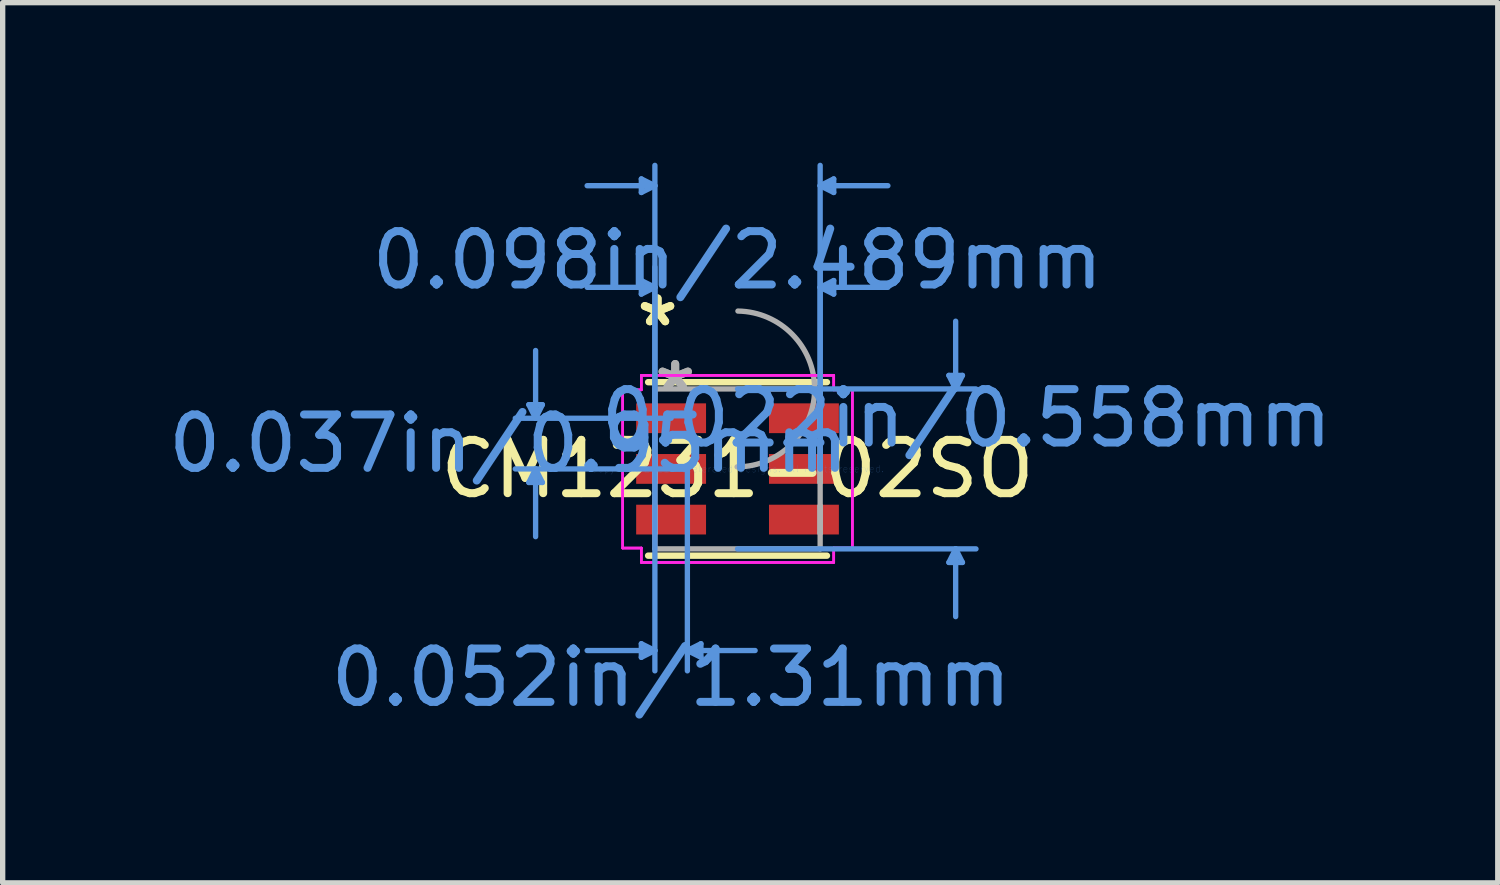
<source format=kicad_pcb>
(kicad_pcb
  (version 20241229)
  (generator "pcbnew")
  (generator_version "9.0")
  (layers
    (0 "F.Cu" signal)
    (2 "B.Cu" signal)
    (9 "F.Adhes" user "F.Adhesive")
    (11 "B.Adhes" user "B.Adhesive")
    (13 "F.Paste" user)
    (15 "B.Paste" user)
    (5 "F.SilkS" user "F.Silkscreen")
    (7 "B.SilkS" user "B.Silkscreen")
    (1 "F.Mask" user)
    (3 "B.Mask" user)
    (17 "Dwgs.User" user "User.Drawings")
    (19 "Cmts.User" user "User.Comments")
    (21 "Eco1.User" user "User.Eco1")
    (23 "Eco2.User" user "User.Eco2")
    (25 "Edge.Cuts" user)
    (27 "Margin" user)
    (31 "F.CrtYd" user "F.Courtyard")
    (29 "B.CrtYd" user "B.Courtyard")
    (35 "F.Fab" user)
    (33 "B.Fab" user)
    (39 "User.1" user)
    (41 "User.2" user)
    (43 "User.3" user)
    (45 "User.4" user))
  (footprint "CM1231-02SO"
    (layer "F.Cu")
    (at 10.775 5.74)
    (property "Reference" "CM1231-02SO" (at 0 0 0) (layer "F.SilkS") (effects (font (size 1 1) (thickness 0.15))))
    (attr through_hole)
    (fp_line (start -1.676 1.626) (end 1.676 1.626) (stroke (width 0.12) (type solid)) (layer "F.SilkS"))
    (fp_line (start 1.676 -1.626) (end -1.676 -1.626) (stroke (width 0.12) (type solid)) (layer "F.SilkS"))
    (fp_line (start -3.912 -1.204) (end -3.658 -1.204) (stroke (width 0.1) (type solid)) (layer "Cmts.User"))
    (fp_line (start -3.912 0.254) (end -3.658 0.254) (stroke (width 0.1) (type solid)) (layer "Cmts.User"))
    (fp_line (start -3.785 -0.95) (end -3.912 -1.204) (stroke (width 0.1) (type solid)) (layer "Cmts.User"))
    (fp_line (start -3.785 -0.95) (end -3.785 -2.22) (stroke (width 0.1) (type solid)) (layer "Cmts.User"))
    (fp_line (start -3.785 -0.95) (end -3.658 -1.204) (stroke (width 0.1) (type solid)) (layer "Cmts.User"))
    (fp_line (start -3.785 0) (end -3.912 0.254) (stroke (width 0.1) (type solid)) (layer "Cmts.User"))
    (fp_line (start -3.785 0) (end -3.785 1.27) (stroke (width 0.1) (type solid)) (layer "Cmts.User"))
    (fp_line (start -3.785 0) (end -3.658 0.254) (stroke (width 0.1) (type solid)) (layer "Cmts.User"))
    (fp_line (start -1.803 -5.436) (end -1.803 -5.182) (stroke (width 0.1) (type solid)) (layer "Cmts.User"))
    (fp_line (start -1.803 -3.531) (end -1.803 -3.277) (stroke (width 0.1) (type solid)) (layer "Cmts.User"))
    (fp_line (start -1.803 3.277) (end -1.803 3.531) (stroke (width 0.1) (type solid)) (layer "Cmts.User"))
    (fp_line (start -1.549 -5.309) (end -2.819 -5.309) (stroke (width 0.1) (type solid)) (layer "Cmts.User"))
    (fp_line (start -1.549 -5.309) (end -1.803 -5.436) (stroke (width 0.1) (type solid)) (layer "Cmts.User"))
    (fp_line (start -1.549 -5.309) (end -1.803 -5.182) (stroke (width 0.1) (type solid)) (layer "Cmts.User"))
    (fp_line (start -1.549 -3.404) (end -2.819 -3.404) (stroke (width 0.1) (type solid)) (layer "Cmts.User"))
    (fp_line (start -1.549 -3.404) (end -1.803 -3.531) (stroke (width 0.1) (type solid)) (layer "Cmts.User"))
    (fp_line (start -1.549 -3.404) (end -1.803 -3.277) (stroke (width 0.1) (type solid)) (layer "Cmts.User"))
    (fp_line (start -1.549 0) (end -1.549 -5.69) (stroke (width 0.1) (type solid)) (layer "Cmts.User"))
    (fp_line (start -1.549 0) (end -1.549 -3.785) (stroke (width 0.1) (type solid)) (layer "Cmts.User"))
    (fp_line (start -1.549 0) (end -1.549 3.785) (stroke (width 0.1) (type solid)) (layer "Cmts.User"))
    (fp_line (start -1.549 3.404) (end -2.819 3.404) (stroke (width 0.1) (type solid)) (layer "Cmts.User"))
    (fp_line (start -1.549 3.404) (end -1.803 3.277) (stroke (width 0.1) (type solid)) (layer "Cmts.User"))
    (fp_line (start -1.549 3.404) (end -1.803 3.531) (stroke (width 0.1) (type solid)) (layer "Cmts.User"))
    (fp_line (start -1.245 -0.95) (end -4.166 -0.95) (stroke (width 0.1) (type solid)) (layer "Cmts.User"))
    (fp_line (start -1.245 0) (end -4.166 0) (stroke (width 0.1) (type solid)) (layer "Cmts.User"))
    (fp_line (start -0.94 0) (end -0.94 3.785) (stroke (width 0.1) (type solid)) (layer "Cmts.User"))
    (fp_line (start -0.94 3.404) (end -0.686 3.277) (stroke (width 0.1) (type solid)) (layer "Cmts.User"))
    (fp_line (start -0.94 3.404) (end -0.686 3.531) (stroke (width 0.1) (type solid)) (layer "Cmts.User"))
    (fp_line (start -0.94 3.404) (end 0.33 3.404) (stroke (width 0.1) (type solid)) (layer "Cmts.User"))
    (fp_line (start -0.686 3.277) (end -0.686 3.531) (stroke (width 0.1) (type solid)) (layer "Cmts.User"))
    (fp_line (start 0 -1.499) (end 4.47 -1.499) (stroke (width 0.1) (type solid)) (layer "Cmts.User"))
    (fp_line (start 0 1.499) (end 4.47 1.499) (stroke (width 0.1) (type solid)) (layer "Cmts.User"))
    (fp_line (start 1.549 -5.309) (end 1.803 -5.436) (stroke (width 0.1) (type solid)) (layer "Cmts.User"))
    (fp_line (start 1.549 -5.309) (end 1.803 -5.182) (stroke (width 0.1) (type solid)) (layer "Cmts.User"))
    (fp_line (start 1.549 -5.309) (end 2.819 -5.309) (stroke (width 0.1) (type solid)) (layer "Cmts.User"))
    (fp_line (start 1.549 -3.404) (end 1.803 -3.531) (stroke (width 0.1) (type solid)) (layer "Cmts.User"))
    (fp_line (start 1.549 -3.404) (end 1.803 -3.277) (stroke (width 0.1) (type solid)) (layer "Cmts.User"))
    (fp_line (start 1.549 -3.404) (end 2.819 -3.404) (stroke (width 0.1) (type solid)) (layer "Cmts.User"))
    (fp_line (start 1.549 0) (end 1.549 -5.69) (stroke (width 0.1) (type solid)) (layer "Cmts.User"))
    (fp_line (start 1.549 0) (end 1.549 -3.785) (stroke (width 0.1) (type solid)) (layer "Cmts.User"))
    (fp_line (start 1.803 -5.436) (end 1.803 -5.182) (stroke (width 0.1) (type solid)) (layer "Cmts.User"))
    (fp_line (start 1.803 -3.531) (end 1.803 -3.277) (stroke (width 0.1) (type solid)) (layer "Cmts.User"))
    (fp_line (start 3.962 -1.753) (end 4.216 -1.753) (stroke (width 0.1) (type solid)) (layer "Cmts.User"))
    (fp_line (start 3.962 1.753) (end 4.216 1.753) (stroke (width 0.1) (type solid)) (layer "Cmts.User"))
    (fp_line (start 4.089 -1.499) (end 3.962 -1.753) (stroke (width 0.1) (type solid)) (layer "Cmts.User"))
    (fp_line (start 4.089 -1.499) (end 4.089 -2.769) (stroke (width 0.1) (type solid)) (layer "Cmts.User"))
    (fp_line (start 4.089 -1.499) (end 4.216 -1.753) (stroke (width 0.1) (type solid)) (layer "Cmts.User"))
    (fp_line (start 4.089 1.499) (end 3.962 1.753) (stroke (width 0.1) (type solid)) (layer "Cmts.User"))
    (fp_line (start 4.089 1.499) (end 4.089 2.769) (stroke (width 0.1) (type solid)) (layer "Cmts.User"))
    (fp_line (start 4.089 1.499) (end 4.216 1.753) (stroke (width 0.1) (type solid)) (layer "Cmts.User"))
    (fp_line (start -2.153 -1.483) (end -1.803 -1.483) (stroke (width 0.05) (type solid)) (layer "F.CrtYd"))
    (fp_line (start -2.153 -1.483) (end -1.803 -1.483) (stroke (width 0.05) (type solid)) (layer "F.CrtYd"))
    (fp_line (start -2.153 1.483) (end -2.153 -1.483) (stroke (width 0.05) (type solid)) (layer "F.CrtYd"))
    (fp_line (start -2.153 1.483) (end -2.153 -1.483) (stroke (width 0.05) (type solid)) (layer "F.CrtYd"))
    (fp_line (start -2.153 1.483) (end -1.803 1.483) (stroke (width 0.05) (type solid)) (layer "F.CrtYd"))
    (fp_line (start -1.803 -1.753) (end 1.803 -1.753) (stroke (width 0.05) (type solid)) (layer "F.CrtYd"))
    (fp_line (start -1.803 -1.753) (end 1.803 -1.753) (stroke (width 0.05) (type solid)) (layer "F.CrtYd"))
    (fp_line (start -1.803 -1.483) (end -1.803 -1.753) (stroke (width 0.05) (type solid)) (layer "F.CrtYd"))
    (fp_line (start -1.803 -1.483) (end -1.803 -1.753) (stroke (width 0.05) (type solid)) (layer "F.CrtYd"))
    (fp_line (start -1.803 1.483) (end -2.153 1.483) (stroke (width 0.05) (type solid)) (layer "F.CrtYd"))
    (fp_line (start -1.803 1.753) (end -1.803 1.483) (stroke (width 0.05) (type solid)) (layer "F.CrtYd"))
    (fp_line (start -1.803 1.753) (end -1.803 1.483) (stroke (width 0.05) (type solid)) (layer "F.CrtYd"))
    (fp_line (start 1.803 -1.753) (end 1.803 -1.483) (stroke (width 0.05) (type solid)) (layer "F.CrtYd"))
    (fp_line (start 1.803 -1.753) (end 1.803 -1.483) (stroke (width 0.05) (type solid)) (layer "F.CrtYd"))
    (fp_line (start 1.803 -1.483) (end 2.153 -1.483) (stroke (width 0.05) (type solid)) (layer "F.CrtYd"))
    (fp_line (start 1.803 1.483) (end 1.803 1.753) (stroke (width 0.05) (type solid)) (layer "F.CrtYd"))
    (fp_line (start 1.803 1.483) (end 1.803 1.753) (stroke (width 0.05) (type solid)) (layer "F.CrtYd"))
    (fp_line (start 1.803 1.753) (end -1.803 1.753) (stroke (width 0.05) (type solid)) (layer "F.CrtYd"))
    (fp_line (start 1.803 1.753) (end -1.803 1.753) (stroke (width 0.05) (type solid)) (layer "F.CrtYd"))
    (fp_line (start 2.153 -1.483) (end 1.803 -1.483) (stroke (width 0.05) (type solid)) (layer "F.CrtYd"))
    (fp_line (start 2.153 -1.483) (end 2.153 1.483) (stroke (width 0.05) (type solid)) (layer "F.CrtYd"))
    (fp_line (start 2.153 -1.483) (end 2.153 1.483) (stroke (width 0.05) (type solid)) (layer "F.CrtYd"))
    (fp_line (start 2.153 1.483) (end 1.803 1.483) (stroke (width 0.05) (type solid)) (layer "F.CrtYd"))
    (fp_line (start 2.153 1.483) (end 1.803 1.483) (stroke (width 0.05) (type solid)) (layer "F.CrtYd"))
    (fp_line (start -1.549 -1.499) (end -1.549 1.499) (stroke (width 0.1) (type solid)) (layer "F.Fab"))
    (fp_line (start -1.549 -1.204) (end -1.549 -1.204) (stroke (width 0.1) (type solid)) (layer "F.Fab"))
    (fp_line (start -1.549 -1.204) (end -1.549 -0.696) (stroke (width 0.1) (type solid)) (layer "F.Fab"))
    (fp_line (start -1.549 -0.696) (end -1.549 -1.204) (stroke (width 0.1) (type solid)) (layer "F.Fab"))
    (fp_line (start -1.549 -0.696) (end -1.549 -0.696) (stroke (width 0.1) (type solid)) (layer "F.Fab"))
    (fp_line (start -1.549 -0.254) (end -1.549 -0.254) (stroke (width 0.1) (type solid)) (layer "F.Fab"))
    (fp_line (start -1.549 -0.254) (end -1.549 0.254) (stroke (width 0.1) (type solid)) (layer "F.Fab"))
    (fp_line (start -1.549 0.254) (end -1.549 -0.254) (stroke (width 0.1) (type solid)) (layer "F.Fab"))
    (fp_line (start -1.549 0.254) (end -1.549 0.254) (stroke (width 0.1) (type solid)) (layer "F.Fab"))
    (fp_line (start -1.549 0.696) (end -1.549 0.696) (stroke (width 0.1) (type solid)) (layer "F.Fab"))
    (fp_line (start -1.549 0.696) (end -1.549 1.204) (stroke (width 0.1) (type solid)) (layer "F.Fab"))
    (fp_line (start -1.549 1.204) (end -1.549 0.696) (stroke (width 0.1) (type solid)) (layer "F.Fab"))
    (fp_line (start -1.549 1.204) (end -1.549 1.204) (stroke (width 0.1) (type solid)) (layer "F.Fab"))
    (fp_line (start -1.549 1.499) (end 1.549 1.499) (stroke (width 0.1) (type solid)) (layer "F.Fab"))
    (fp_line (start 1.549 -1.499) (end -1.549 -1.499) (stroke (width 0.1) (type solid)) (layer "F.Fab"))
    (fp_line (start 1.549 -1.204) (end 1.549 -1.204) (stroke (width 0.1) (type solid)) (layer "F.Fab"))
    (fp_line (start 1.549 -1.204) (end 1.549 -0.696) (stroke (width 0.1) (type solid)) (layer "F.Fab"))
    (fp_line (start 1.549 -0.696) (end 1.549 -1.204) (stroke (width 0.1) (type solid)) (layer "F.Fab"))
    (fp_line (start 1.549 -0.696) (end 1.549 -0.696) (stroke (width 0.1) (type solid)) (layer "F.Fab"))
    (fp_line (start 1.549 -0.254) (end 1.549 -0.254) (stroke (width 0.1) (type solid)) (layer "F.Fab"))
    (fp_line (start 1.549 -0.254) (end 1.549 0.254) (stroke (width 0.1) (type solid)) (layer "F.Fab"))
    (fp_line (start 1.549 0.254) (end 1.549 -0.254) (stroke (width 0.1) (type solid)) (layer "F.Fab"))
    (fp_line (start 1.549 0.254) (end 1.549 0.254) (stroke (width 0.1) (type solid)) (layer "F.Fab"))
    (fp_line (start 1.549 0.696) (end 1.549 0.696) (stroke (width 0.1) (type solid)) (layer "F.Fab"))
    (fp_line (start 1.549 0.696) (end 1.549 1.204) (stroke (width 0.1) (type solid)) (layer "F.Fab"))
    (fp_line (start 1.549 1.204) (end 1.549 0.696) (stroke (width 0.1) (type solid)) (layer "F.Fab"))
    (fp_line (start 1.549 1.204) (end 1.549 1.204) (stroke (width 0.1) (type solid)) (layer "F.Fab"))
    (fp_line (start 1.549 1.499) (end 1.549 -1.499) (stroke (width 0.1) (type solid)) (layer "F.Fab"))
    (fp_arc (start 0.007742 -2.959136) (mid 1.460536 -1.490858) (end -0.007742 -0.038064) (stroke (width 0.1) (type solid)) (layer "F.Fab"))
    (fp_text user "*" (at -1.499 -2.651 0) (layer "F.SilkS") (effects (font (size 1 1) (thickness 0.15))))
    (fp_text user "*" (at -1.499 -2.651 0) (layer "F.SilkS") (effects (font (size 1 1) (thickness 0.15))))
    (fp_text user "0.022in/0.558mm" (at 4.293 -0.95 0) (layer "Cmts.User") (effects (font (size 1 1) (thickness 0.15))))
    (fp_text user "0.037in/0.95mm" (at -4.293 -0.475 0) (layer "Cmts.User") (effects (font (size 1 1) (thickness 0.15))))
    (fp_text user "0.052in/1.31mm" (at -1.245 3.912 0) (layer "Cmts.User") (effects (font (size 1 1) (thickness 0.15))))
    (fp_text user "Copyright 2021 Accelerated Designs. All rights reserved." (at 0 0 0) (layer "Cmts.User") (effects (font (size 0.127 0.127) (thickness 0.002))))
    (fp_text user "0.098in/2.489mm" (at 0 -3.912 0) (layer "Cmts.User") (effects (font (size 1 1) (thickness 0.15))))
    (fp_text user "*" (at -1.168 -1.422 0) (layer "F.Fab") (effects (font (size 1 1) (thickness 0.15))))
    (fp_text user "*" (at -1.168 -1.422 0) (layer "F.Fab") (effects (font (size 1 1) (thickness 0.15))))
    (pad "1" smd rect (at -1.245 -0.95) (size 1.31 0.558) (layers "F.Cu" "F.Mask" "F.Paste"))
    (pad "2" smd rect (at -1.245 0) (size 1.31 0.558) (layers "F.Cu" "F.Mask" "F.Paste"))
    (pad "3" smd rect (at -1.245 0.95) (size 1.31 0.558) (layers "F.Cu" "F.Mask" "F.Paste"))
    (pad "4" smd rect (at 1.245 0.95) (size 1.31 0.558) (layers "F.Cu" "F.Mask" "F.Paste"))
    (pad "5" smd rect (at 1.245 0) (size 1.31 0.558) (layers "F.Cu" "F.Mask" "F.Paste"))
    (pad "6" smd rect (at 1.245 -0.95) (size 1.31 0.558) (layers "F.Cu" "F.Mask" "F.Paste")))
  (gr_rect
    (start -3 -3)
    (end 25.026 13.499)
    (stroke (width 0.1) (type default))
    (fill no)
    (layer "Edge.Cuts")))
</source>
